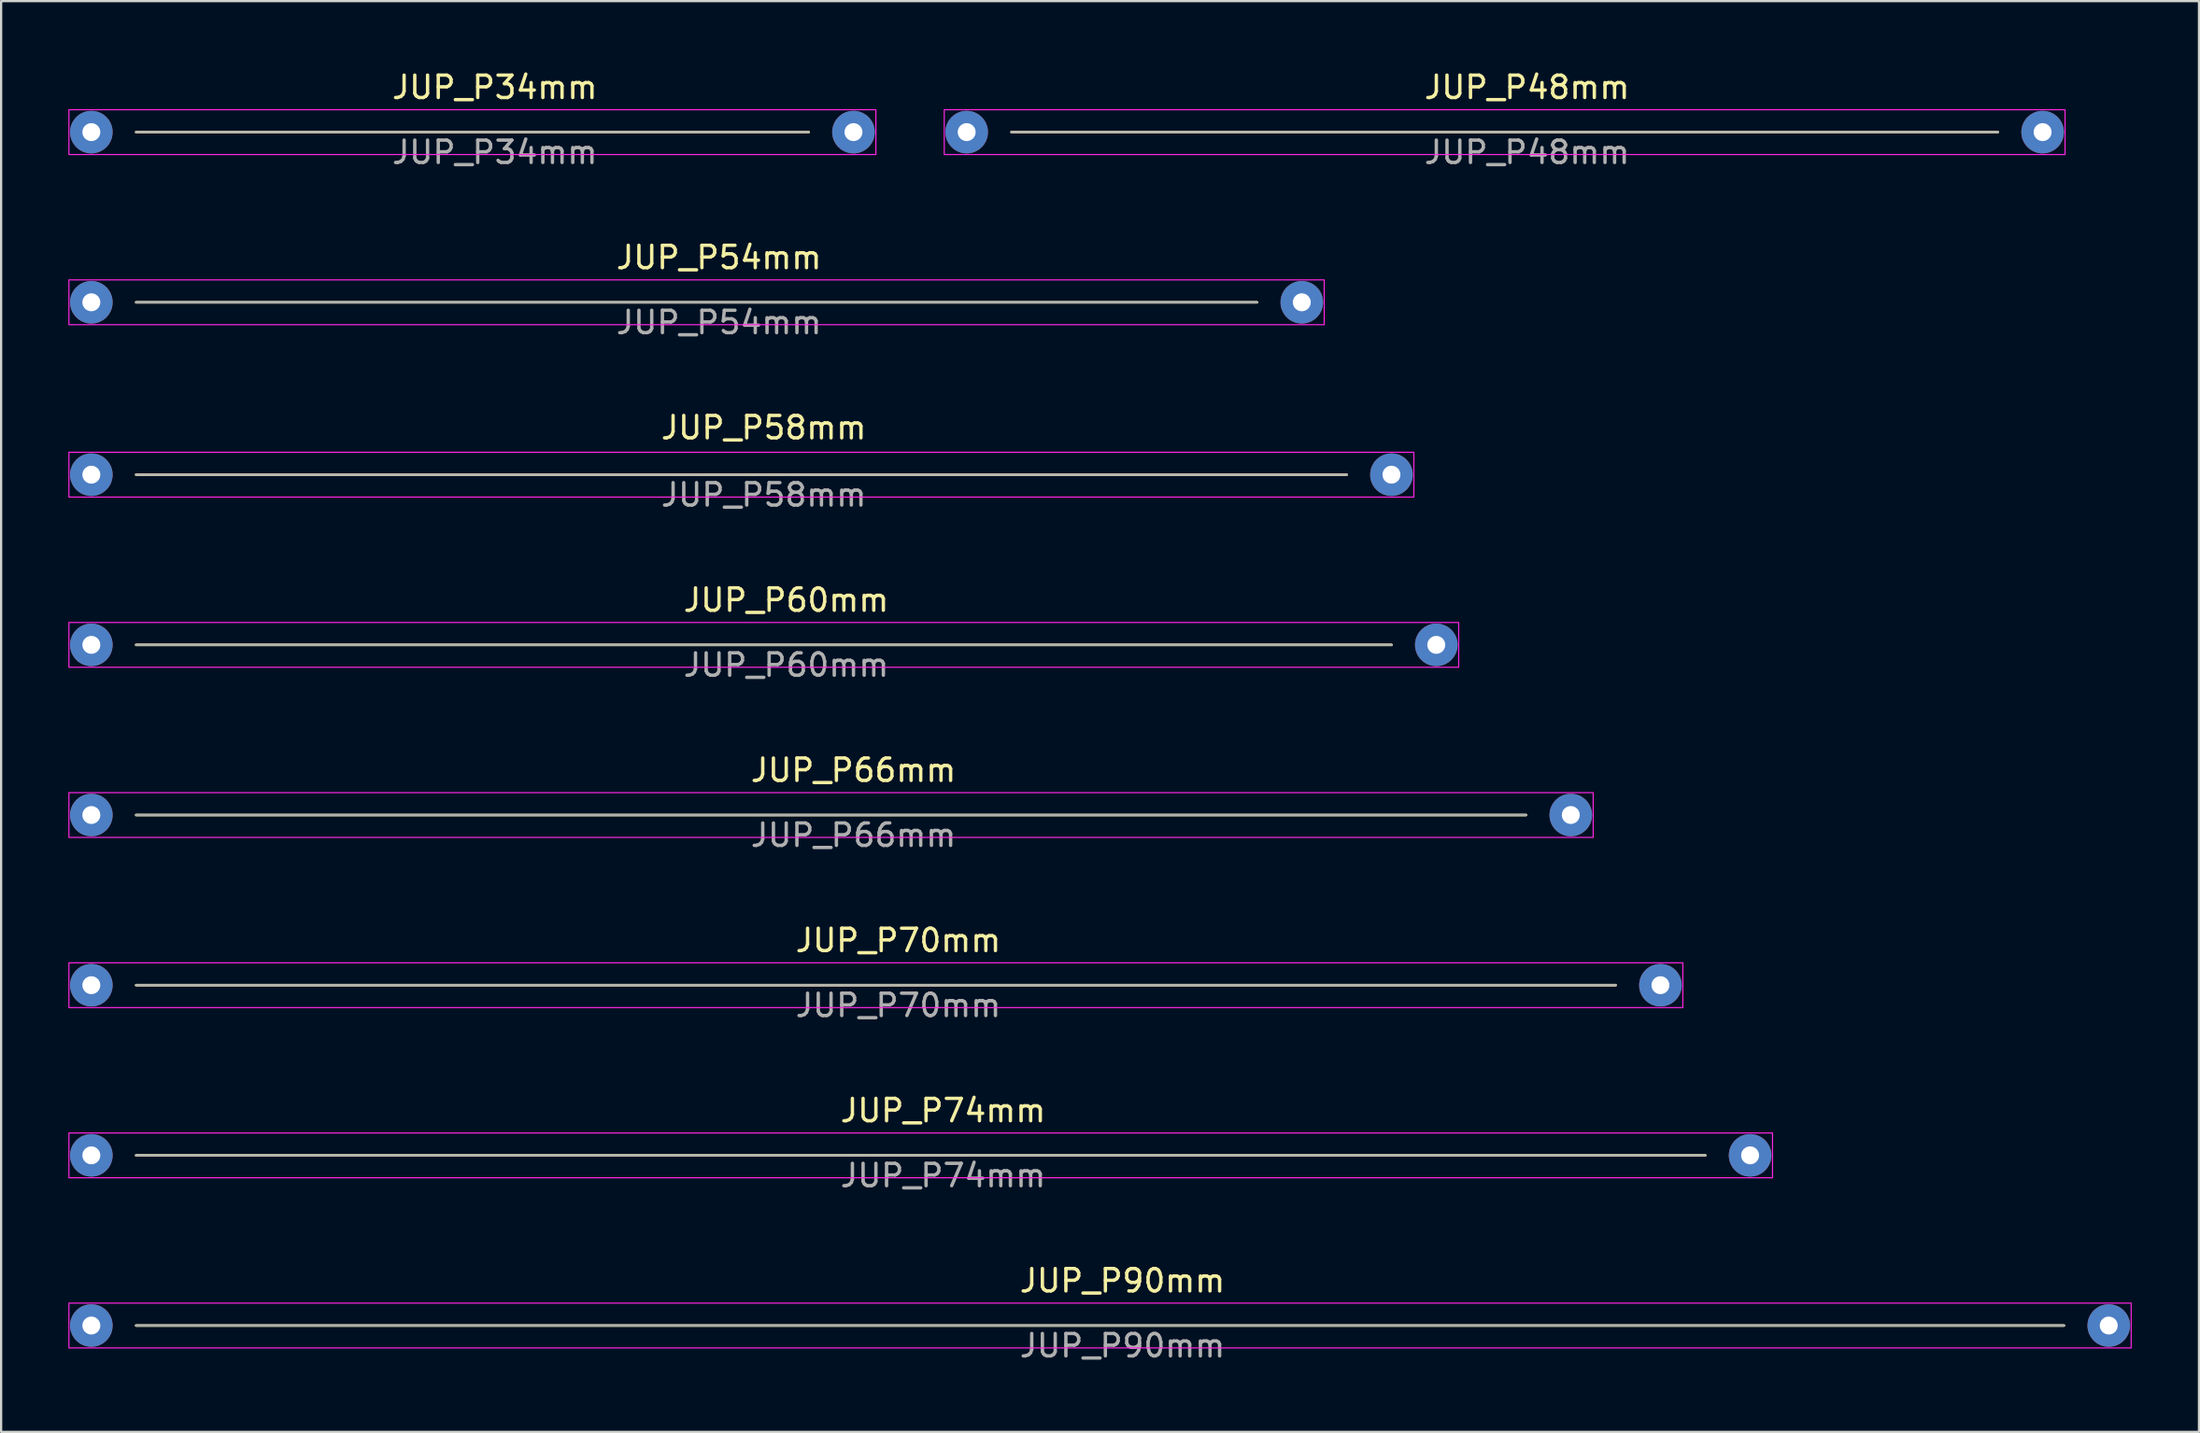
<source format=kicad_pcb>
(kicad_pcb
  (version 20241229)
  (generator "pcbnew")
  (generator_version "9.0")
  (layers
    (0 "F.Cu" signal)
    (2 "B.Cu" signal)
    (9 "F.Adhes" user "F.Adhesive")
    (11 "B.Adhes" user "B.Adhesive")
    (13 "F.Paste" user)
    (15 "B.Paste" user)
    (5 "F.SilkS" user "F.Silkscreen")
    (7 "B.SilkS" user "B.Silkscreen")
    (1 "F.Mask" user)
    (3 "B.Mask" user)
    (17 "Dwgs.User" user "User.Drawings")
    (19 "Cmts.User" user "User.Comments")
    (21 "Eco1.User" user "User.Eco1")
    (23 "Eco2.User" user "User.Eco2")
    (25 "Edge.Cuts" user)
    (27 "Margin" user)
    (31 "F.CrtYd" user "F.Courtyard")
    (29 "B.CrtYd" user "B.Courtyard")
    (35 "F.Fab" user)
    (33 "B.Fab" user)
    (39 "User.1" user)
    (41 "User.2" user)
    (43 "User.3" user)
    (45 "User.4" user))
  (footprint "JUP_P74mm"
    (layer "F.Cu")
    (at 38.025 48.527)
    (property "Reference" "JUP_P74mm" (at 1 -2 0) (unlocked yes) (layer "F.SilkS") (effects (font (size 1 1) (thickness 0.15))))
    (attr through_hole)
    (fp_line (start -35 0) (end 35 0) (stroke (width 0.12) (type solid)) (layer "F.SilkS"))
    (fp_rect (start -38 -1) (end 38 1) (stroke (width 0.05) (type solid)) (fill no) (layer "F.CrtYd"))
    (fp_line (start -35 0) (end 35 0) (stroke (width 0.1) (type solid)) (layer "F.Fab"))
    (fp_text user "${REFERENCE}" (at 1 0.9 0) (unlocked yes) (layer "F.Fab") (effects (font (size 1 1) (thickness 0.15))))
    (pad "1" thru_hole circle (at -37 0) (size 1.9 1.9) (drill 0.8) (layers "*.Cu" "*.Mask"))
    (pad "2" thru_hole circle (at 37 0) (size 1.9 1.9) (drill 0.8) (layers "*.Cu" "*.Mask")))
  (footprint "JUP_P66mm"
    (layer "F.Cu")
    (at 34.025 33.334)
    (property "Reference" "JUP_P66mm" (at 1 -2 0) (unlocked yes) (layer "F.SilkS") (effects (font (size 1 1) (thickness 0.15))))
    (attr through_hole)
    (fp_line (start -31 0) (end 31 0) (stroke (width 0.12) (type solid)) (layer "F.SilkS"))
    (fp_rect (start -34 -1) (end 34 1) (stroke (width 0.05) (type solid)) (fill no) (layer "F.CrtYd"))
    (fp_line (start -31 0) (end 31 0) (stroke (width 0.1) (type solid)) (layer "F.Fab"))
    (fp_text user "${REFERENCE}" (at 1 0.9 0) (unlocked yes) (layer "F.Fab") (effects (font (size 1 1) (thickness 0.15))))
    (pad "1" thru_hole circle (at -33 0) (size 1.9 1.9) (drill 0.8) (layers "*.Cu" "*.Mask"))
    (pad "2" thru_hole circle (at 33 0) (size 1.9 1.9) (drill 0.8) (layers "*.Cu" "*.Mask")))
  (footprint "JUP_P48mm"
    (layer "F.Cu")
    (at 64.075 2.848)
    (property "Reference" "JUP_P48mm" (at 1 -2 0) (unlocked yes) (layer "F.SilkS") (effects (font (size 1 1) (thickness 0.15))))
    (attr through_hole)
    (fp_line (start -22 0) (end 22 0) (stroke (width 0.12) (type solid)) (layer "F.SilkS"))
    (fp_rect (start -25 -1) (end 25 1) (stroke (width 0.05) (type solid)) (fill no) (layer "F.CrtYd"))
    (fp_line (start -22 0) (end 22 0) (stroke (width 0.1) (type solid)) (layer "F.Fab"))
    (fp_text user "${REFERENCE}" (at 1 0.9 0) (unlocked yes) (layer "F.Fab") (effects (font (size 1 1) (thickness 0.15))))
    (pad "1" thru_hole circle (at -24 0) (size 1.9 1.9) (drill 0.8) (layers "*.Cu" "*.Mask"))
    (pad "2" thru_hole circle (at 24 0) (size 1.9 1.9) (drill 0.8) (layers "*.Cu" "*.Mask")))
  (footprint "JUP_P60mm"
    (layer "F.Cu")
    (at 31.025 25.738)
    (property "Reference" "JUP_P60mm" (at 1 -2 0) (unlocked yes) (layer "F.SilkS") (effects (font (size 1 1) (thickness 0.15))))
    (attr through_hole)
    (fp_line (start -28 0) (end 28 0) (stroke (width 0.12) (type solid)) (layer "F.SilkS"))
    (fp_rect (start -31 -1) (end 31 1) (stroke (width 0.05) (type solid)) (fill no) (layer "F.CrtYd"))
    (fp_line (start -28 0) (end 28 0) (stroke (width 0.1) (type solid)) (layer "F.Fab"))
    (fp_text user "${REFERENCE}" (at 1 0.9 0) (unlocked yes) (layer "F.Fab") (effects (font (size 1 1) (thickness 0.15))))
    (pad "1" thru_hole circle (at -30 0) (size 1.9 1.9) (drill 0.8) (layers "*.Cu" "*.Mask"))
    (pad "2" thru_hole circle (at 30 0) (size 1.9 1.9) (drill 0.8) (layers "*.Cu" "*.Mask")))
  (footprint "JUP_P34mm"
    (layer "F.Cu")
    (at 18.025 2.848)
    (property "Reference" "JUP_P34mm" (at 1 -2 0) (unlocked yes) (layer "F.SilkS") (effects (font (size 1 1) (thickness 0.15))))
    (attr through_hole)
    (fp_line (start -15 0) (end 15 0) (stroke (width 0.12) (type solid)) (layer "F.SilkS"))
    (fp_rect (start -18 -1) (end 18 1) (stroke (width 0.05) (type solid)) (fill no) (layer "F.CrtYd"))
    (fp_line (start -15 0) (end 15 0) (stroke (width 0.1) (type solid)) (layer "F.Fab"))
    (fp_text user "${REFERENCE}" (at 1 0.9 0) (unlocked yes) (layer "F.Fab") (effects (font (size 1 1) (thickness 0.15))))
    (pad "1" thru_hole circle (at -17 0) (size 1.9 1.9) (drill 0.8) (layers "*.Cu" "*.Mask"))
    (pad "2" thru_hole circle (at 17 0) (size 1.9 1.9) (drill 0.8) (layers "*.Cu" "*.Mask")))
  (footprint "JUP_P70mm"
    (layer "F.Cu")
    (at 36.025 40.931)
    (property "Reference" "JUP_P70mm" (at 1 -2 0) (unlocked yes) (layer "F.SilkS") (effects (font (size 1 1) (thickness 0.15))))
    (attr through_hole)
    (fp_line (start -33 0) (end 33 0) (stroke (width 0.12) (type solid)) (layer "F.SilkS"))
    (fp_rect (start -36 -1) (end 36 1) (stroke (width 0.05) (type solid)) (fill no) (layer "F.CrtYd"))
    (fp_line (start -33 0) (end 33 0) (stroke (width 0.1) (type solid)) (layer "F.Fab"))
    (fp_text user "${REFERENCE}" (at 1 0.9 0) (unlocked yes) (layer "F.Fab") (effects (font (size 1 1) (thickness 0.15))))
    (pad "1" thru_hole circle (at -35 0) (size 1.9 1.9) (drill 0.8) (layers "*.Cu" "*.Mask"))
    (pad "2" thru_hole circle (at 35 0) (size 1.9 1.9) (drill 0.8) (layers "*.Cu" "*.Mask")))
  (footprint "JUP_P54mm"
    (layer "F.Cu")
    (at 28.025 10.445)
    (property "Reference" "JUP_P54mm" (at 1 -2 0) (unlocked yes) (layer "F.SilkS") (effects (font (size 1 1) (thickness 0.15))))
    (attr through_hole)
    (fp_line (start -25 0) (end 25 0) (stroke (width 0.12) (type solid)) (layer "F.SilkS"))
    (fp_rect (start -28 -1) (end 28 1) (stroke (width 0.05) (type solid)) (fill no) (layer "F.CrtYd"))
    (fp_line (start -25 0) (end 25 0) (stroke (width 0.1) (type solid)) (layer "F.Fab"))
    (fp_text user "${REFERENCE}" (at 1 0.9 0) (unlocked yes) (layer "F.Fab") (effects (font (size 1 1) (thickness 0.15))))
    (pad "1" thru_hole circle (at -27 0) (size 1.9 1.9) (drill 0.8) (layers "*.Cu" "*.Mask"))
    (pad "2" thru_hole circle (at 27 0) (size 1.9 1.9) (drill 0.8) (layers "*.Cu" "*.Mask")))
  (footprint "JUP_P90mm"
    (layer "F.Cu")
    (at 46.025 56.124)
    (property "Reference" "JUP_P90mm" (at 1 -2 0) (unlocked yes) (layer "F.SilkS") (effects (font (size 1 1) (thickness 0.15))))
    (attr through_hole)
    (fp_line (start -43 0) (end 43 0) (stroke (width 0.12) (type solid)) (layer "F.SilkS"))
    (fp_rect (start -46 -1) (end 46 1) (stroke (width 0.05) (type solid)) (fill no) (layer "F.CrtYd"))
    (fp_line (start -43 0) (end 43 0) (stroke (width 0.1) (type solid)) (layer "F.Fab"))
    (fp_text user "${REFERENCE}" (at 1 0.9 0) (unlocked yes) (layer "F.Fab") (effects (font (size 1 1) (thickness 0.15))))
    (pad "1" thru_hole circle (at -45 0) (size 1.9 1.9) (drill 0.8) (layers "*.Cu" "*.Mask"))
    (pad "2" thru_hole circle (at 45 0) (size 1.9 1.9) (drill 0.8) (layers "*.Cu" "*.Mask")))
  (footprint "JUP_P58mm"
    (layer "F.Cu")
    (at 30.025 18.141)
    (property "Reference" "JUP_P58mm" (at 1 -2.1 0) (unlocked yes) (layer "F.SilkS") (effects (font (size 1 1) (thickness 0.15))))
    (attr through_hole)
    (fp_line (start -27 0) (end 27 0) (stroke (width 0.12) (type solid)) (layer "F.SilkS"))
    (fp_rect (start -30 -1) (end 30 1) (stroke (width 0.05) (type solid)) (fill no) (layer "F.CrtYd"))
    (fp_line (start -27 0) (end 27 0) (stroke (width 0.1) (type solid)) (layer "F.Fab"))
    (fp_text user "${REFERENCE}" (at 1 0.9 0) (unlocked yes) (layer "F.Fab") (effects (font (size 1 1) (thickness 0.15))))
    (pad "1" thru_hole circle (at -29 0) (size 1.9 1.9) (drill 0.8) (layers "*.Cu" "*.Mask"))
    (pad "2" thru_hole circle (at 29 0) (size 1.9 1.9) (drill 0.8) (layers "*.Cu" "*.Mask")))
  (gr_rect
    (start -3 -3)
    (end 95.05 60.872)
    (stroke (width 0.1) (type default))
    (fill no)
    (layer "Edge.Cuts")))
</source>
